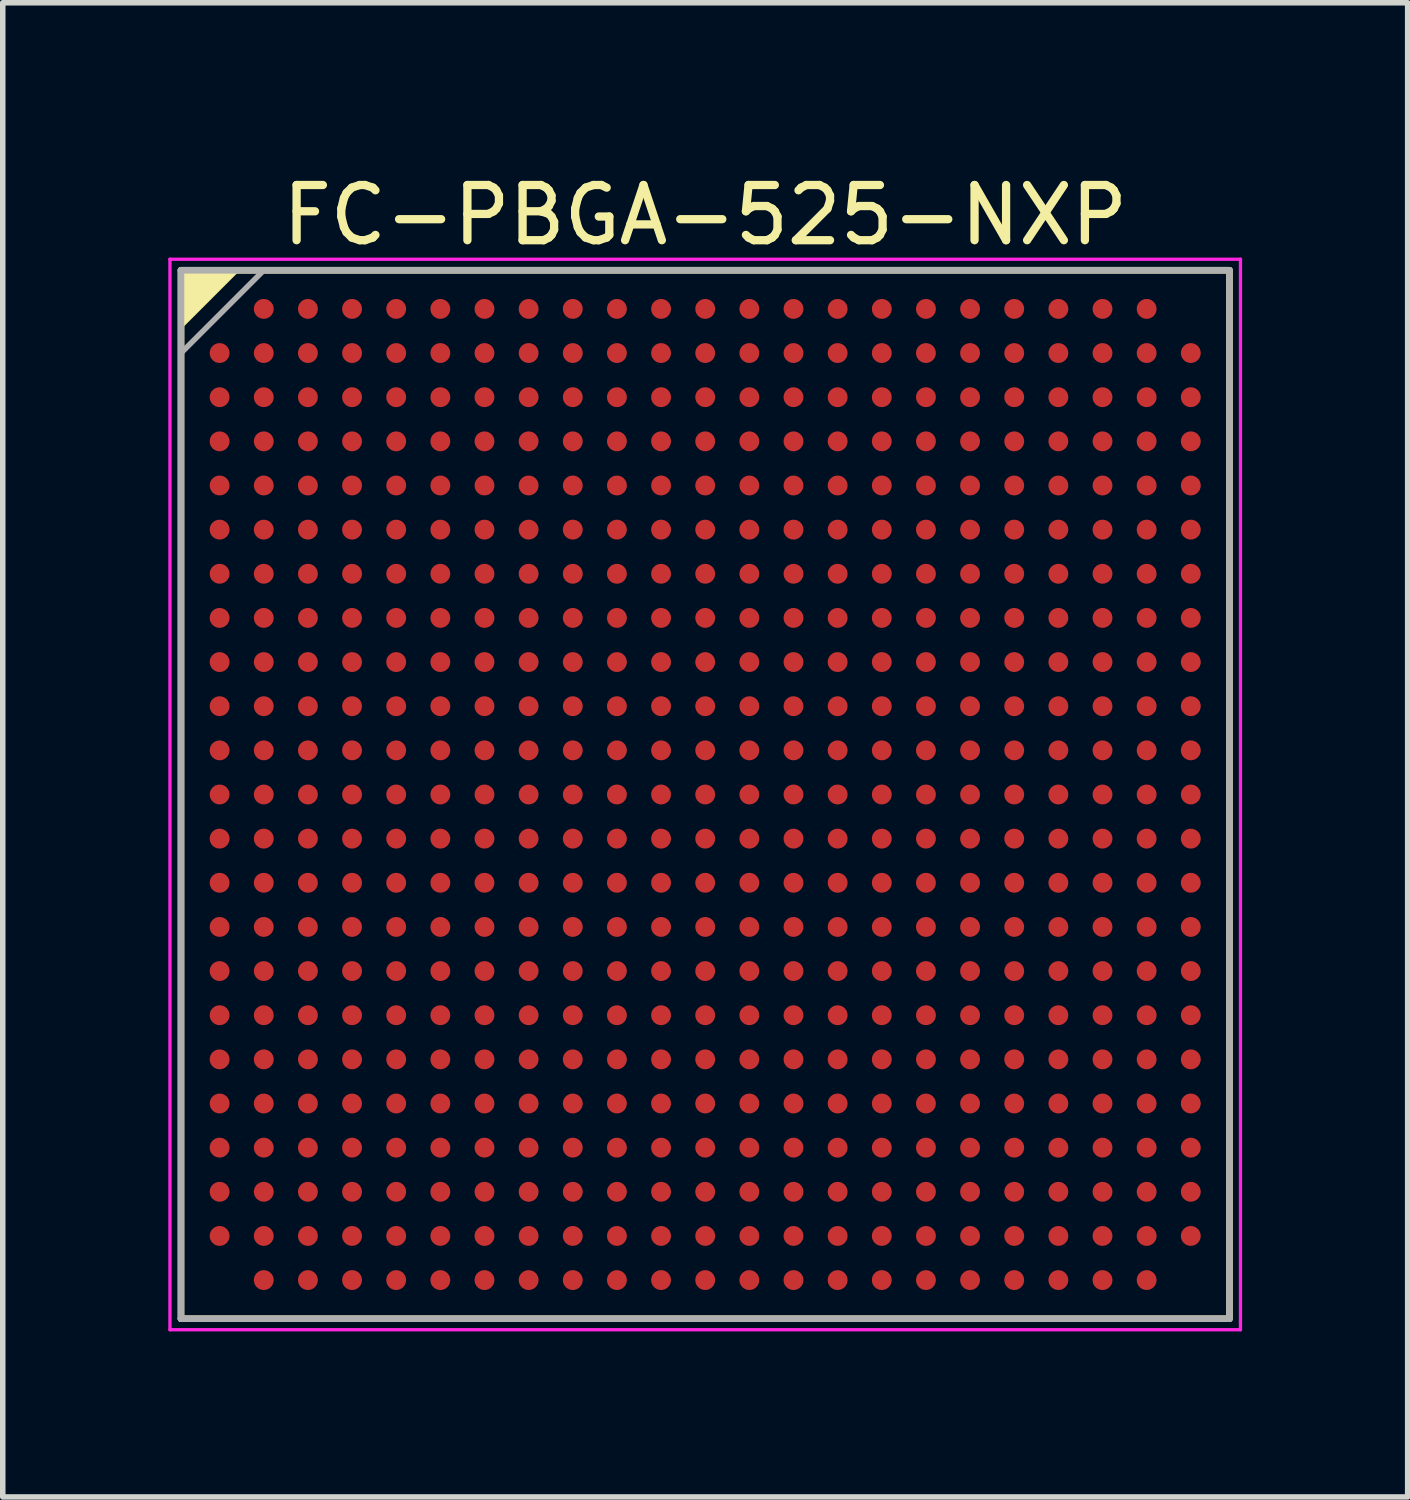
<source format=kicad_pcb>
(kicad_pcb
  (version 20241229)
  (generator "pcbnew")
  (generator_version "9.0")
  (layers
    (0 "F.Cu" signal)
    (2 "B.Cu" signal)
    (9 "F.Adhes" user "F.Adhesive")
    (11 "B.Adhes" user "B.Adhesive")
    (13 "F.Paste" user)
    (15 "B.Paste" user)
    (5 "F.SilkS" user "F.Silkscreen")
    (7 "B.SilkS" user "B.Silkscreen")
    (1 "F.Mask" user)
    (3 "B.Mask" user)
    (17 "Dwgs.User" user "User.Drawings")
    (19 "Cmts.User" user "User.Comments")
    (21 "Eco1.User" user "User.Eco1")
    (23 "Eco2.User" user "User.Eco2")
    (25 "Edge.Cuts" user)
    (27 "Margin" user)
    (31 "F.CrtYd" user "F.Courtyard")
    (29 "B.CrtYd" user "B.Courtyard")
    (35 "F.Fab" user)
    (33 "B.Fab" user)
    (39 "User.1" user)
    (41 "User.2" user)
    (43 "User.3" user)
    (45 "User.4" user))
  (footprint "FC-PBGA-525-NXP"
    (layer "F.Cu")
    (at 9.73 11.348)
    (property "Reference" "FC-PBGA-525-NXP" (at 0 -10.5 0) (layer "F.SilkS") (effects (font (size 1 1) (thickness 0.15))))
    (attr through_hole)
    (fp_line (start -9.5 -9.5) (end 9.5 -9.5) (stroke (width 0.12) (type solid)) (layer "F.SilkS"))
    (fp_line (start -9.5 9.5) (end -9.5 -9.5) (stroke (width 0.12) (type solid)) (layer "F.SilkS"))
    (fp_line (start 9.5 -9.5) (end 9.5 9.5) (stroke (width 0.12) (type solid)) (layer "F.SilkS"))
    (fp_line (start 9.5 9.5) (end -9.5 9.5) (stroke (width 0.12) (type solid)) (layer "F.SilkS"))
    (fp_poly (pts (xy -9.5 -8.5) (xy -9.5 -9.5) (xy -8.5 -9.5)) (stroke (width 0.1) (type solid)) (fill yes) (layer "F.SilkS"))
    (fp_line (start -9.7 -9.7) (end 9.7 -9.7) (stroke (width 0.06) (type solid)) (layer "F.CrtYd"))
    (fp_line (start -9.7 9.7) (end -9.7 -9.7) (stroke (width 0.06) (type solid)) (layer "F.CrtYd"))
    (fp_line (start 9.7 -9.7) (end 9.7 9.7) (stroke (width 0.06) (type solid)) (layer "F.CrtYd"))
    (fp_line (start 9.7 9.7) (end -9.7 9.7) (stroke (width 0.06) (type solid)) (layer "F.CrtYd"))
    (fp_line (start -9.5 -9.5) (end 9.5 -9.5) (stroke (width 0.12) (type solid)) (layer "F.Fab"))
    (fp_line (start -9.5 9.5) (end -9.5 -9.5) (stroke (width 0.12) (type solid)) (layer "F.Fab"))
    (fp_line (start 9.5 -9.5) (end 9.5 9.5) (stroke (width 0.12) (type solid)) (layer "F.Fab"))
    (fp_line (start 9.5 9.5) (end -9.5 9.5) (stroke (width 0.12) (type solid)) (layer "F.Fab"))
    (fp_poly (pts (xy -9.5 -8) (xy -9.5 -9.5) (xy -8 -9.5)) (stroke (width 0.1) (type solid)) (fill no) (layer "F.Fab"))
    (pad "A2" smd circle (at -8 -8.8 180) (size 0.36 0.36) (layers "F.Cu" "F.Mask" "F.Paste"))
    (pad "A3" smd circle (at -7.2 -8.8 180) (size 0.36 0.36) (layers "F.Cu" "F.Mask" "F.Paste"))
    (pad "A4" smd circle (at -6.4 -8.8 180) (size 0.36 0.36) (layers "F.Cu" "F.Mask" "F.Paste"))
    (pad "A5" smd circle (at -5.6 -8.8 180) (size 0.36 0.36) (layers "F.Cu" "F.Mask" "F.Paste"))
    (pad "A6" smd circle (at -4.8 -8.8 180) (size 0.36 0.36) (layers "F.Cu" "F.Mask" "F.Paste"))
    (pad "A7" smd circle (at -4 -8.8 180) (size 0.36 0.36) (layers "F.Cu" "F.Mask" "F.Paste"))
    (pad "A8" smd circle (at -3.2 -8.8 180) (size 0.36 0.36) (layers "F.Cu" "F.Mask" "F.Paste"))
    (pad "A9" smd circle (at -2.4 -8.8 180) (size 0.36 0.36) (layers "F.Cu" "F.Mask" "F.Paste"))
    (pad "A10" smd circle (at -1.6 -8.8 180) (size 0.36 0.36) (layers "F.Cu" "F.Mask" "F.Paste"))
    (pad "A11" smd circle (at -0.8 -8.8 180) (size 0.36 0.36) (layers "F.Cu" "F.Mask" "F.Paste"))
    (pad "A12" smd circle (at 0 -8.8 180) (size 0.36 0.36) (layers "F.Cu" "F.Mask" "F.Paste"))
    (pad "A13" smd circle (at 0.8 -8.8 180) (size 0.36 0.36) (layers "F.Cu" "F.Mask" "F.Paste"))
    (pad "A14" smd circle (at 1.6 -8.8 180) (size 0.36 0.36) (layers "F.Cu" "F.Mask" "F.Paste"))
    (pad "A15" smd circle (at 2.4 -8.8 180) (size 0.36 0.36) (layers "F.Cu" "F.Mask" "F.Paste"))
    (pad "A16" smd circle (at 3.2 -8.8 180) (size 0.36 0.36) (layers "F.Cu" "F.Mask" "F.Paste"))
    (pad "A17" smd circle (at 4 -8.8 180) (size 0.36 0.36) (layers "F.Cu" "F.Mask" "F.Paste"))
    (pad "A18" smd circle (at 4.8 -8.8 180) (size 0.36 0.36) (layers "F.Cu" "F.Mask" "F.Paste"))
    (pad "A19" smd circle (at 5.6 -8.8 180) (size 0.36 0.36) (layers "F.Cu" "F.Mask" "F.Paste"))
    (pad "A20" smd circle (at 6.4 -8.8 180) (size 0.36 0.36) (layers "F.Cu" "F.Mask" "F.Paste"))
    (pad "A21" smd circle (at 7.2 -8.8 180) (size 0.36 0.36) (layers "F.Cu" "F.Mask" "F.Paste"))
    (pad "A22" smd circle (at 8 -8.8 180) (size 0.36 0.36) (layers "F.Cu" "F.Mask" "F.Paste"))
    (pad "AA1" smd circle (at -8.8 7.2) (size 0.36 0.36) (layers "F.Cu" "F.Mask" "F.Paste"))
    (pad "AA2" smd circle (at -8 7.2) (size 0.36 0.36) (layers "F.Cu" "F.Mask" "F.Paste"))
    (pad "AA3" smd circle (at -7.2 7.2) (size 0.36 0.36) (layers "F.Cu" "F.Mask" "F.Paste"))
    (pad "AA4" smd circle (at -6.4 7.2) (size 0.36 0.36) (layers "F.Cu" "F.Mask" "F.Paste"))
    (pad "AA5" smd circle (at -5.6 7.2) (size 0.36 0.36) (layers "F.Cu" "F.Mask" "F.Paste"))
    (pad "AA6" smd circle (at -4.8 7.2) (size 0.36 0.36) (layers "F.Cu" "F.Mask" "F.Paste"))
    (pad "AA7" smd circle (at -4 7.2) (size 0.36 0.36) (layers "F.Cu" "F.Mask" "F.Paste"))
    (pad "AA8" smd circle (at -3.2 7.2) (size 0.36 0.36) (layers "F.Cu" "F.Mask" "F.Paste"))
    (pad "AA9" smd circle (at -2.4 7.2) (size 0.36 0.36) (layers "F.Cu" "F.Mask" "F.Paste"))
    (pad "AA10" smd circle (at -1.6 7.2) (size 0.36 0.36) (layers "F.Cu" "F.Mask" "F.Paste"))
    (pad "AA11" smd circle (at -0.8 7.2) (size 0.36 0.36) (layers "F.Cu" "F.Mask" "F.Paste"))
    (pad "AA12" smd circle (at 0 7.2) (size 0.36 0.36) (layers "F.Cu" "F.Mask" "F.Paste"))
    (pad "AA13" smd circle (at 0.8 7.2) (size 0.36 0.36) (layers "F.Cu" "F.Mask" "F.Paste"))
    (pad "AA14" smd circle (at 1.6 7.2) (size 0.36 0.36) (layers "F.Cu" "F.Mask" "F.Paste"))
    (pad "AA15" smd circle (at 2.4 7.2) (size 0.36 0.36) (layers "F.Cu" "F.Mask" "F.Paste"))
    (pad "AA16" smd circle (at 3.2 7.2) (size 0.36 0.36) (layers "F.Cu" "F.Mask" "F.Paste"))
    (pad "AA17" smd circle (at 4 7.2) (size 0.36 0.36) (layers "F.Cu" "F.Mask" "F.Paste"))
    (pad "AA18" smd circle (at 4.8 7.2) (size 0.36 0.36) (layers "F.Cu" "F.Mask" "F.Paste"))
    (pad "AA19" smd circle (at 5.6 7.2) (size 0.36 0.36) (layers "F.Cu" "F.Mask" "F.Paste"))
    (pad "AA20" smd circle (at 6.4 7.2) (size 0.36 0.36) (layers "F.Cu" "F.Mask" "F.Paste"))
    (pad "AA21" smd circle (at 7.2 7.2) (size 0.36 0.36) (layers "F.Cu" "F.Mask" "F.Paste"))
    (pad "AA22" smd circle (at 8 7.2) (size 0.36 0.36) (layers "F.Cu" "F.Mask" "F.Paste"))
    (pad "AA23" smd circle (at 8.8 7.2) (size 0.36 0.36) (layers "F.Cu" "F.Mask" "F.Paste"))
    (pad "AB1" smd circle (at -8.8 8) (size 0.36 0.36) (layers "F.Cu" "F.Mask" "F.Paste"))
    (pad "AB2" smd circle (at -8 8) (size 0.36 0.36) (layers "F.Cu" "F.Mask" "F.Paste"))
    (pad "AB3" smd circle (at -7.2 8) (size 0.36 0.36) (layers "F.Cu" "F.Mask" "F.Paste"))
    (pad "AB4" smd circle (at -6.4 8) (size 0.36 0.36) (layers "F.Cu" "F.Mask" "F.Paste"))
    (pad "AB5" smd circle (at -5.6 8) (size 0.36 0.36) (layers "F.Cu" "F.Mask" "F.Paste"))
    (pad "AB6" smd circle (at -4.8 8) (size 0.36 0.36) (layers "F.Cu" "F.Mask" "F.Paste"))
    (pad "AB7" smd circle (at -4 8) (size 0.36 0.36) (layers "F.Cu" "F.Mask" "F.Paste"))
    (pad "AB8" smd circle (at -3.2 8) (size 0.36 0.36) (layers "F.Cu" "F.Mask" "F.Paste"))
    (pad "AB9" smd circle (at -2.4 8) (size 0.36 0.36) (layers "F.Cu" "F.Mask" "F.Paste"))
    (pad "AB10" smd circle (at -1.6 8) (size 0.36 0.36) (layers "F.Cu" "F.Mask" "F.Paste"))
    (pad "AB11" smd circle (at -0.8 8) (size 0.36 0.36) (layers "F.Cu" "F.Mask" "F.Paste"))
    (pad "AB12" smd circle (at 0 8) (size 0.36 0.36) (layers "F.Cu" "F.Mask" "F.Paste"))
    (pad "AB13" smd circle (at 0.8 8) (size 0.36 0.36) (layers "F.Cu" "F.Mask" "F.Paste"))
    (pad "AB14" smd circle (at 1.6 8) (size 0.36 0.36) (layers "F.Cu" "F.Mask" "F.Paste"))
    (pad "AB15" smd circle (at 2.4 8) (size 0.36 0.36) (layers "F.Cu" "F.Mask" "F.Paste"))
    (pad "AB16" smd circle (at 3.2 8) (size 0.36 0.36) (layers "F.Cu" "F.Mask" "F.Paste"))
    (pad "AB17" smd circle (at 4 8) (size 0.36 0.36) (layers "F.Cu" "F.Mask" "F.Paste"))
    (pad "AB18" smd circle (at 4.8 8) (size 0.36 0.36) (layers "F.Cu" "F.Mask" "F.Paste"))
    (pad "AB19" smd circle (at 5.6 8) (size 0.36 0.36) (layers "F.Cu" "F.Mask" "F.Paste"))
    (pad "AB20" smd circle (at 6.4 8) (size 0.36 0.36) (layers "F.Cu" "F.Mask" "F.Paste"))
    (pad "AB21" smd circle (at 7.2 8) (size 0.36 0.36) (layers "F.Cu" "F.Mask" "F.Paste"))
    (pad "AB22" smd circle (at 8 8) (size 0.36 0.36) (layers "F.Cu" "F.Mask" "F.Paste"))
    (pad "AB23" smd circle (at 8.8 8) (size 0.36 0.36) (layers "F.Cu" "F.Mask" "F.Paste"))
    (pad "AC1" smd circle (at -8 8.8) (size 0.36 0.36) (layers "F.Cu" "F.Mask" "F.Paste"))
    (pad "AC2" smd circle (at -7.2 8.8) (size 0.36 0.36) (layers "F.Cu" "F.Mask" "F.Paste"))
    (pad "AC3" smd circle (at -6.4 8.8) (size 0.36 0.36) (layers "F.Cu" "F.Mask" "F.Paste"))
    (pad "AC4" smd circle (at -5.6 8.8) (size 0.36 0.36) (layers "F.Cu" "F.Mask" "F.Paste"))
    (pad "AC5" smd circle (at -4.8 8.8) (size 0.36 0.36) (layers "F.Cu" "F.Mask" "F.Paste"))
    (pad "AC6" smd circle (at -4 8.8) (size 0.36 0.36) (layers "F.Cu" "F.Mask" "F.Paste"))
    (pad "AC7" smd circle (at -3.2 8.8) (size 0.36 0.36) (layers "F.Cu" "F.Mask" "F.Paste"))
    (pad "AC8" smd circle (at -2.4 8.8) (size 0.36 0.36) (layers "F.Cu" "F.Mask" "F.Paste"))
    (pad "AC9" smd circle (at -1.6 8.8) (size 0.36 0.36) (layers "F.Cu" "F.Mask" "F.Paste"))
    (pad "AC10" smd circle (at -0.8 8.8) (size 0.36 0.36) (layers "F.Cu" "F.Mask" "F.Paste"))
    (pad "AC11" smd circle (at 0 8.8) (size 0.36 0.36) (layers "F.Cu" "F.Mask" "F.Paste"))
    (pad "AC12" smd circle (at 0.8 8.8) (size 0.36 0.36) (layers "F.Cu" "F.Mask" "F.Paste"))
    (pad "AC13" smd circle (at 1.6 8.8) (size 0.36 0.36) (layers "F.Cu" "F.Mask" "F.Paste"))
    (pad "AC14" smd circle (at 2.4 8.8) (size 0.36 0.36) (layers "F.Cu" "F.Mask" "F.Paste"))
    (pad "AC15" smd circle (at 3.2 8.8) (size 0.36 0.36) (layers "F.Cu" "F.Mask" "F.Paste"))
    (pad "AC16" smd circle (at 4 8.8) (size 0.36 0.36) (layers "F.Cu" "F.Mask" "F.Paste"))
    (pad "AC17" smd circle (at 4.8 8.8) (size 0.36 0.36) (layers "F.Cu" "F.Mask" "F.Paste"))
    (pad "AC18" smd circle (at 5.6 8.8) (size 0.36 0.36) (layers "F.Cu" "F.Mask" "F.Paste"))
    (pad "AC19" smd circle (at 6.4 8.8) (size 0.36 0.36) (layers "F.Cu" "F.Mask" "F.Paste"))
    (pad "AC20" smd circle (at 7.2 8.8) (size 0.36 0.36) (layers "F.Cu" "F.Mask" "F.Paste"))
    (pad "AC21" smd circle (at 8 8.8) (size 0.36 0.36) (layers "F.Cu" "F.Mask" "F.Paste"))
    (pad "B1" smd circle (at -8.8 -8 180) (size 0.36 0.36) (layers "F.Cu" "F.Mask" "F.Paste"))
    (pad "B2" smd circle (at -8 -8 180) (size 0.36 0.36) (layers "F.Cu" "F.Mask" "F.Paste"))
    (pad "B3" smd circle (at -7.2 -8 180) (size 0.36 0.36) (layers "F.Cu" "F.Mask" "F.Paste"))
    (pad "B4" smd circle (at -6.4 -8 180) (size 0.36 0.36) (layers "F.Cu" "F.Mask" "F.Paste"))
    (pad "B5" smd circle (at -5.6 -8 180) (size 0.36 0.36) (layers "F.Cu" "F.Mask" "F.Paste"))
    (pad "B6" smd circle (at -4.8 -8 180) (size 0.36 0.36) (layers "F.Cu" "F.Mask" "F.Paste"))
    (pad "B7" smd circle (at -4 -8 180) (size 0.36 0.36) (layers "F.Cu" "F.Mask" "F.Paste"))
    (pad "B8" smd circle (at -3.2 -8 180) (size 0.36 0.36) (layers "F.Cu" "F.Mask" "F.Paste"))
    (pad "B9" smd circle (at -2.4 -8 180) (size 0.36 0.36) (layers "F.Cu" "F.Mask" "F.Paste"))
    (pad "B10" smd circle (at -1.6 -8 180) (size 0.36 0.36) (layers "F.Cu" "F.Mask" "F.Paste"))
    (pad "B11" smd circle (at -0.8 -8 180) (size 0.36 0.36) (layers "F.Cu" "F.Mask" "F.Paste"))
    (pad "B12" smd circle (at 0 -8 180) (size 0.36 0.36) (layers "F.Cu" "F.Mask" "F.Paste"))
    (pad "B13" smd circle (at 0.8 -8 180) (size 0.36 0.36) (layers "F.Cu" "F.Mask" "F.Paste"))
    (pad "B14" smd circle (at 1.6 -8 180) (size 0.36 0.36) (layers "F.Cu" "F.Mask" "F.Paste"))
    (pad "B15" smd circle (at 2.4 -8 180) (size 0.36 0.36) (layers "F.Cu" "F.Mask" "F.Paste"))
    (pad "B16" smd circle (at 3.2 -8 180) (size 0.36 0.36) (layers "F.Cu" "F.Mask" "F.Paste"))
    (pad "B17" smd circle (at 4 -8 180) (size 0.36 0.36) (layers "F.Cu" "F.Mask" "F.Paste"))
    (pad "B18" smd circle (at 4.8 -8 180) (size 0.36 0.36) (layers "F.Cu" "F.Mask" "F.Paste"))
    (pad "B19" smd circle (at 5.6 -8 180) (size 0.36 0.36) (layers "F.Cu" "F.Mask" "F.Paste"))
    (pad "B20" smd circle (at 6.4 -8 180) (size 0.36 0.36) (layers "F.Cu" "F.Mask" "F.Paste"))
    (pad "B21" smd circle (at 7.2 -8 180) (size 0.36 0.36) (layers "F.Cu" "F.Mask" "F.Paste"))
    (pad "B22" smd circle (at 8 -8 180) (size 0.36 0.36) (layers "F.Cu" "F.Mask" "F.Paste"))
    (pad "B23" smd circle (at 8.8 -8 180) (size 0.36 0.36) (layers "F.Cu" "F.Mask" "F.Paste"))
    (pad "C1" smd circle (at -8.8 -7.2 180) (size 0.36 0.36) (layers "F.Cu" "F.Mask" "F.Paste"))
    (pad "C2" smd circle (at -8 -7.2 180) (size 0.36 0.36) (layers "F.Cu" "F.Mask" "F.Paste"))
    (pad "C3" smd circle (at -7.2 -7.2 180) (size 0.36 0.36) (layers "F.Cu" "F.Mask" "F.Paste"))
    (pad "C4" smd circle (at -6.4 -7.2 180) (size 0.36 0.36) (layers "F.Cu" "F.Mask" "F.Paste"))
    (pad "C5" smd circle (at -5.6 -7.2 180) (size 0.36 0.36) (layers "F.Cu" "F.Mask" "F.Paste"))
    (pad "C6" smd circle (at -4.8 -7.2 180) (size 0.36 0.36) (layers "F.Cu" "F.Mask" "F.Paste"))
    (pad "C7" smd circle (at -4 -7.2 180) (size 0.36 0.36) (layers "F.Cu" "F.Mask" "F.Paste"))
    (pad "C8" smd circle (at -3.2 -7.2 180) (size 0.36 0.36) (layers "F.Cu" "F.Mask" "F.Paste"))
    (pad "C9" smd circle (at -2.4 -7.2 180) (size 0.36 0.36) (layers "F.Cu" "F.Mask" "F.Paste"))
    (pad "C10" smd circle (at -1.6 -7.2 180) (size 0.36 0.36) (layers "F.Cu" "F.Mask" "F.Paste"))
    (pad "C11" smd circle (at -0.8 -7.2 180) (size 0.36 0.36) (layers "F.Cu" "F.Mask" "F.Paste"))
    (pad "C12" smd circle (at 0 -7.2 180) (size 0.36 0.36) (layers "F.Cu" "F.Mask" "F.Paste"))
    (pad "C13" smd circle (at 0.8 -7.2 180) (size 0.36 0.36) (layers "F.Cu" "F.Mask" "F.Paste"))
    (pad "C14" smd circle (at 1.6 -7.2 180) (size 0.36 0.36) (layers "F.Cu" "F.Mask" "F.Paste"))
    (pad "C15" smd circle (at 2.4 -7.2 180) (size 0.36 0.36) (layers "F.Cu" "F.Mask" "F.Paste"))
    (pad "C16" smd circle (at 3.2 -7.2 180) (size 0.36 0.36) (layers "F.Cu" "F.Mask" "F.Paste"))
    (pad "C17" smd circle (at 4 -7.2 180) (size 0.36 0.36) (layers "F.Cu" "F.Mask" "F.Paste"))
    (pad "C18" smd circle (at 4.8 -7.2 180) (size 0.36 0.36) (layers "F.Cu" "F.Mask" "F.Paste"))
    (pad "C19" smd circle (at 5.6 -7.2 180) (size 0.36 0.36) (layers "F.Cu" "F.Mask" "F.Paste"))
    (pad "C20" smd circle (at 6.4 -7.2 180) (size 0.36 0.36) (layers "F.Cu" "F.Mask" "F.Paste"))
    (pad "C21" smd circle (at 7.2 -7.2 180) (size 0.36 0.36) (layers "F.Cu" "F.Mask" "F.Paste"))
    (pad "C22" smd circle (at 8 -7.2 180) (size 0.36 0.36) (layers "F.Cu" "F.Mask" "F.Paste"))
    (pad "C23" smd circle (at 8.8 -7.2 180) (size 0.36 0.36) (layers "F.Cu" "F.Mask" "F.Paste"))
    (pad "D1" smd circle (at -8.8 -6.4 180) (size 0.36 0.36) (layers "F.Cu" "F.Mask" "F.Paste"))
    (pad "D2" smd circle (at -8 -6.4 180) (size 0.36 0.36) (layers "F.Cu" "F.Mask" "F.Paste"))
    (pad "D3" smd circle (at -7.2 -6.4 180) (size 0.36 0.36) (layers "F.Cu" "F.Mask" "F.Paste"))
    (pad "D4" smd circle (at -6.4 -6.4 180) (size 0.36 0.36) (layers "F.Cu" "F.Mask" "F.Paste"))
    (pad "D5" smd circle (at -5.6 -6.4 180) (size 0.36 0.36) (layers "F.Cu" "F.Mask" "F.Paste"))
    (pad "D6" smd circle (at -4.8 -6.4 180) (size 0.36 0.36) (layers "F.Cu" "F.Mask" "F.Paste"))
    (pad "D7" smd circle (at -4 -6.4 180) (size 0.36 0.36) (layers "F.Cu" "F.Mask" "F.Paste"))
    (pad "D8" smd circle (at -3.2 -6.4 180) (size 0.36 0.36) (layers "F.Cu" "F.Mask" "F.Paste"))
    (pad "D9" smd circle (at -2.4 -6.4 180) (size 0.36 0.36) (layers "F.Cu" "F.Mask" "F.Paste"))
    (pad "D10" smd circle (at -1.6 -6.4 180) (size 0.36 0.36) (layers "F.Cu" "F.Mask" "F.Paste"))
    (pad "D11" smd circle (at -0.8 -6.4 180) (size 0.36 0.36) (layers "F.Cu" "F.Mask" "F.Paste"))
    (pad "D12" smd circle (at 0 -6.4 180) (size 0.36 0.36) (layers "F.Cu" "F.Mask" "F.Paste"))
    (pad "D13" smd circle (at 0.8 -6.4 180) (size 0.36 0.36) (layers "F.Cu" "F.Mask" "F.Paste"))
    (pad "D14" smd circle (at 1.6 -6.4 180) (size 0.36 0.36) (layers "F.Cu" "F.Mask" "F.Paste"))
    (pad "D15" smd circle (at 2.4 -6.4 180) (size 0.36 0.36) (layers "F.Cu" "F.Mask" "F.Paste"))
    (pad "D16" smd circle (at 3.2 -6.4 180) (size 0.36 0.36) (layers "F.Cu" "F.Mask" "F.Paste"))
    (pad "D17" smd circle (at 4 -6.4 180) (size 0.36 0.36) (layers "F.Cu" "F.Mask" "F.Paste"))
    (pad "D18" smd circle (at 4.8 -6.4 180) (size 0.36 0.36) (layers "F.Cu" "F.Mask" "F.Paste"))
    (pad "D19" smd circle (at 5.6 -6.4 180) (size 0.36 0.36) (layers "F.Cu" "F.Mask" "F.Paste"))
    (pad "D20" smd circle (at 6.4 -6.4 180) (size 0.36 0.36) (layers "F.Cu" "F.Mask" "F.Paste"))
    (pad "D21" smd circle (at 7.2 -6.4 180) (size 0.36 0.36) (layers "F.Cu" "F.Mask" "F.Paste"))
    (pad "D22" smd circle (at 8 -6.4 180) (size 0.36 0.36) (layers "F.Cu" "F.Mask" "F.Paste"))
    (pad "D23" smd circle (at 8.8 -6.4 180) (size 0.36 0.36) (layers "F.Cu" "F.Mask" "F.Paste"))
    (pad "E1" smd circle (at -8.8 -5.6 180) (size 0.36 0.36) (layers "F.Cu" "F.Mask" "F.Paste"))
    (pad "E2" smd circle (at -8 -5.6 180) (size 0.36 0.36) (layers "F.Cu" "F.Mask" "F.Paste"))
    (pad "E3" smd circle (at -7.2 -5.6 180) (size 0.36 0.36) (layers "F.Cu" "F.Mask" "F.Paste"))
    (pad "E4" smd circle (at -6.4 -5.6 180) (size 0.36 0.36) (layers "F.Cu" "F.Mask" "F.Paste"))
    (pad "E5" smd circle (at -5.6 -5.6 180) (size 0.36 0.36) (layers "F.Cu" "F.Mask" "F.Paste"))
    (pad "E6" smd circle (at -4.8 -5.6 180) (size 0.36 0.36) (layers "F.Cu" "F.Mask" "F.Paste"))
    (pad "E7" smd circle (at -4 -5.6 180) (size 0.36 0.36) (layers "F.Cu" "F.Mask" "F.Paste"))
    (pad "E8" smd circle (at -3.2 -5.6 180) (size 0.36 0.36) (layers "F.Cu" "F.Mask" "F.Paste"))
    (pad "E9" smd circle (at -2.4 -5.6 180) (size 0.36 0.36) (layers "F.Cu" "F.Mask" "F.Paste"))
    (pad "E10" smd circle (at -1.6 -5.6 180) (size 0.36 0.36) (layers "F.Cu" "F.Mask" "F.Paste"))
    (pad "E11" smd circle (at -0.8 -5.6 180) (size 0.36 0.36) (layers "F.Cu" "F.Mask" "F.Paste"))
    (pad "E12" smd circle (at 0 -5.6 180) (size 0.36 0.36) (layers "F.Cu" "F.Mask" "F.Paste"))
    (pad "E13" smd circle (at 0.8 -5.6 180) (size 0.36 0.36) (layers "F.Cu" "F.Mask" "F.Paste"))
    (pad "E14" smd circle (at 1.6 -5.6 180) (size 0.36 0.36) (layers "F.Cu" "F.Mask" "F.Paste"))
    (pad "E15" smd circle (at 2.4 -5.6 180) (size 0.36 0.36) (layers "F.Cu" "F.Mask" "F.Paste"))
    (pad "E16" smd circle (at 3.2 -5.6 180) (size 0.36 0.36) (layers "F.Cu" "F.Mask" "F.Paste"))
    (pad "E17" smd circle (at 4 -5.6 180) (size 0.36 0.36) (layers "F.Cu" "F.Mask" "F.Paste"))
    (pad "E18" smd circle (at 4.8 -5.6 180) (size 0.36 0.36) (layers "F.Cu" "F.Mask" "F.Paste"))
    (pad "E19" smd circle (at 5.6 -5.6 180) (size 0.36 0.36) (layers "F.Cu" "F.Mask" "F.Paste"))
    (pad "E20" smd circle (at 6.4 -5.6 180) (size 0.36 0.36) (layers "F.Cu" "F.Mask" "F.Paste"))
    (pad "E21" smd circle (at 7.2 -5.6 180) (size 0.36 0.36) (layers "F.Cu" "F.Mask" "F.Paste"))
    (pad "E22" smd circle (at 8 -5.6 180) (size 0.36 0.36) (layers "F.Cu" "F.Mask" "F.Paste"))
    (pad "E23" smd circle (at 8.8 -5.6 180) (size 0.36 0.36) (layers "F.Cu" "F.Mask" "F.Paste"))
    (pad "F1" smd circle (at -8.8 -4.8 180) (size 0.36 0.36) (layers "F.Cu" "F.Mask" "F.Paste"))
    (pad "F2" smd circle (at -8 -4.8 180) (size 0.36 0.36) (layers "F.Cu" "F.Mask" "F.Paste"))
    (pad "F3" smd circle (at -7.2 -4.8 180) (size 0.36 0.36) (layers "F.Cu" "F.Mask" "F.Paste"))
    (pad "F4" smd circle (at -6.4 -4.8 180) (size 0.36 0.36) (layers "F.Cu" "F.Mask" "F.Paste"))
    (pad "F5" smd circle (at -5.6 -4.8 180) (size 0.36 0.36) (layers "F.Cu" "F.Mask" "F.Paste"))
    (pad "F6" smd circle (at -4.8 -4.8 180) (size 0.36 0.36) (layers "F.Cu" "F.Mask" "F.Paste"))
    (pad "F7" smd circle (at -4 -4.8 180) (size 0.36 0.36) (layers "F.Cu" "F.Mask" "F.Paste"))
    (pad "F8" smd circle (at -3.2 -4.8 180) (size 0.36 0.36) (layers "F.Cu" "F.Mask" "F.Paste"))
    (pad "F9" smd circle (at -2.4 -4.8 180) (size 0.36 0.36) (layers "F.Cu" "F.Mask" "F.Paste"))
    (pad "F10" smd circle (at -1.6 -4.8 180) (size 0.36 0.36) (layers "F.Cu" "F.Mask" "F.Paste"))
    (pad "F11" smd circle (at -0.8 -4.8 180) (size 0.36 0.36) (layers "F.Cu" "F.Mask" "F.Paste"))
    (pad "F12" smd circle (at 0 -4.8 180) (size 0.36 0.36) (layers "F.Cu" "F.Mask" "F.Paste"))
    (pad "F13" smd circle (at 0.8 -4.8 180) (size 0.36 0.36) (layers "F.Cu" "F.Mask" "F.Paste"))
    (pad "F14" smd circle (at 1.6 -4.8 180) (size 0.36 0.36) (layers "F.Cu" "F.Mask" "F.Paste"))
    (pad "F15" smd circle (at 2.4 -4.8 180) (size 0.36 0.36) (layers "F.Cu" "F.Mask" "F.Paste"))
    (pad "F16" smd circle (at 3.2 -4.8 180) (size 0.36 0.36) (layers "F.Cu" "F.Mask" "F.Paste"))
    (pad "F17" smd circle (at 4 -4.8 180) (size 0.36 0.36) (layers "F.Cu" "F.Mask" "F.Paste"))
    (pad "F18" smd circle (at 4.8 -4.8 180) (size 0.36 0.36) (layers "F.Cu" "F.Mask" "F.Paste"))
    (pad "F19" smd circle (at 5.6 -4.8 180) (size 0.36 0.36) (layers "F.Cu" "F.Mask" "F.Paste"))
    (pad "F20" smd circle (at 6.4 -4.8 180) (size 0.36 0.36) (layers "F.Cu" "F.Mask" "F.Paste"))
    (pad "F21" smd circle (at 7.2 -4.8 180) (size 0.36 0.36) (layers "F.Cu" "F.Mask" "F.Paste"))
    (pad "F22" smd circle (at 8 -4.8 180) (size 0.36 0.36) (layers "F.Cu" "F.Mask" "F.Paste"))
    (pad "F23" smd circle (at 8.8 -4.8 180) (size 0.36 0.36) (layers "F.Cu" "F.Mask" "F.Paste"))
    (pad "G1" smd circle (at -8.8 -4 180) (size 0.36 0.36) (layers "F.Cu" "F.Mask" "F.Paste"))
    (pad "G2" smd circle (at -8 -4 180) (size 0.36 0.36) (layers "F.Cu" "F.Mask" "F.Paste"))
    (pad "G3" smd circle (at -7.2 -4 180) (size 0.36 0.36) (layers "F.Cu" "F.Mask" "F.Paste"))
    (pad "G4" smd circle (at -6.4 -4 180) (size 0.36 0.36) (layers "F.Cu" "F.Mask" "F.Paste"))
    (pad "G5" smd circle (at -5.6 -4 180) (size 0.36 0.36) (layers "F.Cu" "F.Mask" "F.Paste"))
    (pad "G6" smd circle (at -4.8 -4 180) (size 0.36 0.36) (layers "F.Cu" "F.Mask" "F.Paste"))
    (pad "G7" smd circle (at -4 -4 180) (size 0.36 0.36) (layers "F.Cu" "F.Mask" "F.Paste"))
    (pad "G8" smd circle (at -3.2 -4 180) (size 0.36 0.36) (layers "F.Cu" "F.Mask" "F.Paste"))
    (pad "G9" smd circle (at -2.4 -4 180) (size 0.36 0.36) (layers "F.Cu" "F.Mask" "F.Paste"))
    (pad "G10" smd circle (at -1.6 -4 180) (size 0.36 0.36) (layers "F.Cu" "F.Mask" "F.Paste"))
    (pad "G11" smd circle (at -0.8 -4 180) (size 0.36 0.36) (layers "F.Cu" "F.Mask" "F.Paste"))
    (pad "G12" smd circle (at 0 -4 180) (size 0.36 0.36) (layers "F.Cu" "F.Mask" "F.Paste"))
    (pad "G13" smd circle (at 0.8 -4 180) (size 0.36 0.36) (layers "F.Cu" "F.Mask" "F.Paste"))
    (pad "G14" smd circle (at 1.6 -4 180) (size 0.36 0.36) (layers "F.Cu" "F.Mask" "F.Paste"))
    (pad "G15" smd circle (at 2.4 -4 180) (size 0.36 0.36) (layers "F.Cu" "F.Mask" "F.Paste"))
    (pad "G16" smd circle (at 3.2 -4 180) (size 0.36 0.36) (layers "F.Cu" "F.Mask" "F.Paste"))
    (pad "G17" smd circle (at 4 -4 180) (size 0.36 0.36) (layers "F.Cu" "F.Mask" "F.Paste"))
    (pad "G18" smd circle (at 4.8 -4 180) (size 0.36 0.36) (layers "F.Cu" "F.Mask" "F.Paste"))
    (pad "G19" smd circle (at 5.6 -4 180) (size 0.36 0.36) (layers "F.Cu" "F.Mask" "F.Paste"))
    (pad "G20" smd circle (at 6.4 -4 180) (size 0.36 0.36) (layers "F.Cu" "F.Mask" "F.Paste"))
    (pad "G21" smd circle (at 7.2 -4 180) (size 0.36 0.36) (layers "F.Cu" "F.Mask" "F.Paste"))
    (pad "G22" smd circle (at 8 -4 180) (size 0.36 0.36) (layers "F.Cu" "F.Mask" "F.Paste"))
    (pad "G23" smd circle (at 8.8 -4 180) (size 0.36 0.36) (layers "F.Cu" "F.Mask" "F.Paste"))
    (pad "H1" smd circle (at -8.8 -3.2 180) (size 0.36 0.36) (layers "F.Cu" "F.Mask" "F.Paste"))
    (pad "H2" smd circle (at -8 -3.2 180) (size 0.36 0.36) (layers "F.Cu" "F.Mask" "F.Paste"))
    (pad "H3" smd circle (at -7.2 -3.2 180) (size 0.36 0.36) (layers "F.Cu" "F.Mask" "F.Paste"))
    (pad "H4" smd circle (at -6.4 -3.2 180) (size 0.36 0.36) (layers "F.Cu" "F.Mask" "F.Paste"))
    (pad "H5" smd circle (at -5.6 -3.2 180) (size 0.36 0.36) (layers "F.Cu" "F.Mask" "F.Paste"))
    (pad "H6" smd circle (at -4.8 -3.2 180) (size 0.36 0.36) (layers "F.Cu" "F.Mask" "F.Paste"))
    (pad "H7" smd circle (at -4 -3.2 180) (size 0.36 0.36) (layers "F.Cu" "F.Mask" "F.Paste"))
    (pad "H8" smd circle (at -3.2 -3.2 180) (size 0.36 0.36) (layers "F.Cu" "F.Mask" "F.Paste"))
    (pad "H9" smd circle (at -2.4 -3.2 180) (size 0.36 0.36) (layers "F.Cu" "F.Mask" "F.Paste"))
    (pad "H10" smd circle (at -1.6 -3.2 180) (size 0.36 0.36) (layers "F.Cu" "F.Mask" "F.Paste"))
    (pad "H11" smd circle (at -0.8 -3.2 180) (size 0.36 0.36) (layers "F.Cu" "F.Mask" "F.Paste"))
    (pad "H12" smd circle (at 0 -3.2 180) (size 0.36 0.36) (layers "F.Cu" "F.Mask" "F.Paste"))
    (pad "H13" smd circle (at 0.8 -3.2 180) (size 0.36 0.36) (layers "F.Cu" "F.Mask" "F.Paste"))
    (pad "H14" smd circle (at 1.6 -3.2 180) (size 0.36 0.36) (layers "F.Cu" "F.Mask" "F.Paste"))
    (pad "H15" smd circle (at 2.4 -3.2 180) (size 0.36 0.36) (layers "F.Cu" "F.Mask" "F.Paste"))
    (pad "H16" smd circle (at 3.2 -3.2 180) (size 0.36 0.36) (layers "F.Cu" "F.Mask" "F.Paste"))
    (pad "H17" smd circle (at 4 -3.2 180) (size 0.36 0.36) (layers "F.Cu" "F.Mask" "F.Paste"))
    (pad "H18" smd circle (at 4.8 -3.2 180) (size 0.36 0.36) (layers "F.Cu" "F.Mask" "F.Paste"))
    (pad "H19" smd circle (at 5.6 -3.2 180) (size 0.36 0.36) (layers "F.Cu" "F.Mask" "F.Paste"))
    (pad "H20" smd circle (at 6.4 -3.2 180) (size 0.36 0.36) (layers "F.Cu" "F.Mask" "F.Paste"))
    (pad "H21" smd circle (at 7.2 -3.2 180) (size 0.36 0.36) (layers "F.Cu" "F.Mask" "F.Paste"))
    (pad "H22" smd circle (at 8 -3.2 180) (size 0.36 0.36) (layers "F.Cu" "F.Mask" "F.Paste"))
    (pad "H23" smd circle (at 8.8 -3.2 180) (size 0.36 0.36) (layers "F.Cu" "F.Mask" "F.Paste"))
    (pad "J1" smd circle (at -8.8 -2.4 180) (size 0.36 0.36) (layers "F.Cu" "F.Mask" "F.Paste"))
    (pad "J2" smd circle (at -8 -2.4 180) (size 0.36 0.36) (layers "F.Cu" "F.Mask" "F.Paste"))
    (pad "J3" smd circle (at -7.2 -2.4 180) (size 0.36 0.36) (layers "F.Cu" "F.Mask" "F.Paste"))
    (pad "J4" smd circle (at -6.4 -2.4 180) (size 0.36 0.36) (layers "F.Cu" "F.Mask" "F.Paste"))
    (pad "J5" smd circle (at -5.6 -2.4 180) (size 0.36 0.36) (layers "F.Cu" "F.Mask" "F.Paste"))
    (pad "J6" smd circle (at -4.8 -2.4 180) (size 0.36 0.36) (layers "F.Cu" "F.Mask" "F.Paste"))
    (pad "J7" smd circle (at -4 -2.4 180) (size 0.36 0.36) (layers "F.Cu" "F.Mask" "F.Paste"))
    (pad "J8" smd circle (at -3.2 -2.4 180) (size 0.36 0.36) (layers "F.Cu" "F.Mask" "F.Paste"))
    (pad "J9" smd circle (at -2.4 -2.4 180) (size 0.36 0.36) (layers "F.Cu" "F.Mask" "F.Paste"))
    (pad "J10" smd circle (at -1.6 -2.4 180) (size 0.36 0.36) (layers "F.Cu" "F.Mask" "F.Paste"))
    (pad "J11" smd circle (at -0.8 -2.4 180) (size 0.36 0.36) (layers "F.Cu" "F.Mask" "F.Paste"))
    (pad "J12" smd circle (at 0 -2.4 180) (size 0.36 0.36) (layers "F.Cu" "F.Mask" "F.Paste"))
    (pad "J13" smd circle (at 0.8 -2.4 180) (size 0.36 0.36) (layers "F.Cu" "F.Mask" "F.Paste"))
    (pad "J14" smd circle (at 1.6 -2.4 180) (size 0.36 0.36) (layers "F.Cu" "F.Mask" "F.Paste"))
    (pad "J15" smd circle (at 2.4 -2.4 180) (size 0.36 0.36) (layers "F.Cu" "F.Mask" "F.Paste"))
    (pad "J16" smd circle (at 3.2 -2.4 180) (size 0.36 0.36) (layers "F.Cu" "F.Mask" "F.Paste"))
    (pad "J17" smd circle (at 4 -2.4 180) (size 0.36 0.36) (layers "F.Cu" "F.Mask" "F.Paste"))
    (pad "J18" smd circle (at 4.8 -2.4 180) (size 0.36 0.36) (layers "F.Cu" "F.Mask" "F.Paste"))
    (pad "J19" smd circle (at 5.6 -2.4 180) (size 0.36 0.36) (layers "F.Cu" "F.Mask" "F.Paste"))
    (pad "J20" smd circle (at 6.4 -2.4 180) (size 0.36 0.36) (layers "F.Cu" "F.Mask" "F.Paste"))
    (pad "J21" smd circle (at 7.2 -2.4 180) (size 0.36 0.36) (layers "F.Cu" "F.Mask" "F.Paste"))
    (pad "J22" smd circle (at 8 -2.4 180) (size 0.36 0.36) (layers "F.Cu" "F.Mask" "F.Paste"))
    (pad "J23" smd circle (at 8.8 -2.4 180) (size 0.36 0.36) (layers "F.Cu" "F.Mask" "F.Paste"))
    (pad "K1" smd circle (at -8.8 -1.6 180) (size 0.36 0.36) (layers "F.Cu" "F.Mask" "F.Paste"))
    (pad "K2" smd circle (at -8 -1.6 180) (size 0.36 0.36) (layers "F.Cu" "F.Mask" "F.Paste"))
    (pad "K3" smd circle (at -7.2 -1.6 180) (size 0.36 0.36) (layers "F.Cu" "F.Mask" "F.Paste"))
    (pad "K4" smd circle (at -6.4 -1.6 180) (size 0.36 0.36) (layers "F.Cu" "F.Mask" "F.Paste"))
    (pad "K5" smd circle (at -5.6 -1.6 180) (size 0.36 0.36) (layers "F.Cu" "F.Mask" "F.Paste"))
    (pad "K6" smd circle (at -4.8 -1.6 180) (size 0.36 0.36) (layers "F.Cu" "F.Mask" "F.Paste"))
    (pad "K7" smd circle (at -4 -1.6 180) (size 0.36 0.36) (layers "F.Cu" "F.Mask" "F.Paste"))
    (pad "K8" smd circle (at -3.2 -1.6 180) (size 0.36 0.36) (layers "F.Cu" "F.Mask" "F.Paste"))
    (pad "K9" smd circle (at -2.4 -1.6 180) (size 0.36 0.36) (layers "F.Cu" "F.Mask" "F.Paste"))
    (pad "K10" smd circle (at -1.6 -1.6 180) (size 0.36 0.36) (layers "F.Cu" "F.Mask" "F.Paste"))
    (pad "K11" smd circle (at -0.8 -1.6 180) (size 0.36 0.36) (layers "F.Cu" "F.Mask" "F.Paste"))
    (pad "K12" smd circle (at 0 -1.6 180) (size 0.36 0.36) (layers "F.Cu" "F.Mask" "F.Paste"))
    (pad "K13" smd circle (at 0.8 -1.6 180) (size 0.36 0.36) (layers "F.Cu" "F.Mask" "F.Paste"))
    (pad "K14" smd circle (at 1.6 -1.6 180) (size 0.36 0.36) (layers "F.Cu" "F.Mask" "F.Paste"))
    (pad "K15" smd circle (at 2.4 -1.6 180) (size 0.36 0.36) (layers "F.Cu" "F.Mask" "F.Paste"))
    (pad "K16" smd circle (at 3.2 -1.6 180) (size 0.36 0.36) (layers "F.Cu" "F.Mask" "F.Paste"))
    (pad "K17" smd circle (at 4 -1.6 180) (size 0.36 0.36) (layers "F.Cu" "F.Mask" "F.Paste"))
    (pad "K18" smd circle (at 4.8 -1.6 180) (size 0.36 0.36) (layers "F.Cu" "F.Mask" "F.Paste"))
    (pad "K19" smd circle (at 5.6 -1.6 180) (size 0.36 0.36) (layers "F.Cu" "F.Mask" "F.Paste"))
    (pad "K20" smd circle (at 6.4 -1.6 180) (size 0.36 0.36) (layers "F.Cu" "F.Mask" "F.Paste"))
    (pad "K21" smd circle (at 7.2 -1.6 180) (size 0.36 0.36) (layers "F.Cu" "F.Mask" "F.Paste"))
    (pad "K22" smd circle (at 8 -1.6 180) (size 0.36 0.36) (layers "F.Cu" "F.Mask" "F.Paste"))
    (pad "K23" smd circle (at 8.8 -1.6 180) (size 0.36 0.36) (layers "F.Cu" "F.Mask" "F.Paste"))
    (pad "L1" smd circle (at -8.8 -0.8 180) (size 0.36 0.36) (layers "F.Cu" "F.Mask" "F.Paste"))
    (pad "L2" smd circle (at -8 -0.8 180) (size 0.36 0.36) (layers "F.Cu" "F.Mask" "F.Paste"))
    (pad "L3" smd circle (at -7.2 -0.8 180) (size 0.36 0.36) (layers "F.Cu" "F.Mask" "F.Paste"))
    (pad "L4" smd circle (at -6.4 -0.8 180) (size 0.36 0.36) (layers "F.Cu" "F.Mask" "F.Paste"))
    (pad "L5" smd circle (at -5.6 -0.8 180) (size 0.36 0.36) (layers "F.Cu" "F.Mask" "F.Paste"))
    (pad "L6" smd circle (at -4.8 -0.8 180) (size 0.36 0.36) (layers "F.Cu" "F.Mask" "F.Paste"))
    (pad "L7" smd circle (at -4 -0.8 180) (size 0.36 0.36) (layers "F.Cu" "F.Mask" "F.Paste"))
    (pad "L8" smd circle (at -3.2 -0.8 180) (size 0.36 0.36) (layers "F.Cu" "F.Mask" "F.Paste"))
    (pad "L9" smd circle (at -2.4 -0.8 180) (size 0.36 0.36) (layers "F.Cu" "F.Mask" "F.Paste"))
    (pad "L10" smd circle (at -1.6 -0.8 180) (size 0.36 0.36) (layers "F.Cu" "F.Mask" "F.Paste"))
    (pad "L11" smd circle (at -0.8 -0.8 180) (size 0.36 0.36) (layers "F.Cu" "F.Mask" "F.Paste"))
    (pad "L12" smd circle (at 0 -0.8 180) (size 0.36 0.36) (layers "F.Cu" "F.Mask" "F.Paste"))
    (pad "L13" smd circle (at 0.8 -0.8 180) (size 0.36 0.36) (layers "F.Cu" "F.Mask" "F.Paste"))
    (pad "L14" smd circle (at 1.6 -0.8 180) (size 0.36 0.36) (layers "F.Cu" "F.Mask" "F.Paste"))
    (pad "L15" smd circle (at 2.4 -0.8 180) (size 0.36 0.36) (layers "F.Cu" "F.Mask" "F.Paste"))
    (pad "L16" smd circle (at 3.2 -0.8 180) (size 0.36 0.36) (layers "F.Cu" "F.Mask" "F.Paste"))
    (pad "L17" smd circle (at 4 -0.8 180) (size 0.36 0.36) (layers "F.Cu" "F.Mask" "F.Paste"))
    (pad "L18" smd circle (at 4.8 -0.8 180) (size 0.36 0.36) (layers "F.Cu" "F.Mask" "F.Paste"))
    (pad "L19" smd circle (at 5.6 -0.8 180) (size 0.36 0.36) (layers "F.Cu" "F.Mask" "F.Paste"))
    (pad "L20" smd circle (at 6.4 -0.8 180) (size 0.36 0.36) (layers "F.Cu" "F.Mask" "F.Paste"))
    (pad "L21" smd circle (at 7.2 -0.8 180) (size 0.36 0.36) (layers "F.Cu" "F.Mask" "F.Paste"))
    (pad "L22" smd circle (at 8 -0.8 180) (size 0.36 0.36) (layers "F.Cu" "F.Mask" "F.Paste"))
    (pad "L23" smd circle (at 8.8 -0.8 180) (size 0.36 0.36) (layers "F.Cu" "F.Mask" "F.Paste"))
    (pad "M1" smd circle (at -8.8 0) (size 0.36 0.36) (layers "F.Cu" "F.Mask" "F.Paste"))
    (pad "M2" smd circle (at -8 0) (size 0.36 0.36) (layers "F.Cu" "F.Mask" "F.Paste"))
    (pad "M3" smd circle (at -7.2 0) (size 0.36 0.36) (layers "F.Cu" "F.Mask" "F.Paste"))
    (pad "M4" smd circle (at -6.4 0) (size 0.36 0.36) (layers "F.Cu" "F.Mask" "F.Paste"))
    (pad "M5" smd circle (at -5.6 0) (size 0.36 0.36) (layers "F.Cu" "F.Mask" "F.Paste"))
    (pad "M6" smd circle (at -4.8 0) (size 0.36 0.36) (layers "F.Cu" "F.Mask" "F.Paste"))
    (pad "M7" smd circle (at -4 0) (size 0.36 0.36) (layers "F.Cu" "F.Mask" "F.Paste"))
    (pad "M8" smd circle (at -3.2 0) (size 0.36 0.36) (layers "F.Cu" "F.Mask" "F.Paste"))
    (pad "M9" smd circle (at -2.4 0) (size 0.36 0.36) (layers "F.Cu" "F.Mask" "F.Paste"))
    (pad "M10" smd circle (at -1.6 0) (size 0.36 0.36) (layers "F.Cu" "F.Mask" "F.Paste"))
    (pad "M11" smd circle (at -0.8 0) (size 0.36 0.36) (layers "F.Cu" "F.Mask" "F.Paste"))
    (pad "M12" smd circle (at 0 0) (size 0.36 0.36) (layers "F.Cu" "F.Mask" "F.Paste"))
    (pad "M13" smd circle (at 0.8 0) (size 0.36 0.36) (layers "F.Cu" "F.Mask" "F.Paste"))
    (pad "M14" smd circle (at 1.6 0) (size 0.36 0.36) (layers "F.Cu" "F.Mask" "F.Paste"))
    (pad "M15" smd circle (at 2.4 0) (size 0.36 0.36) (layers "F.Cu" "F.Mask" "F.Paste"))
    (pad "M16" smd circle (at 3.2 0) (size 0.36 0.36) (layers "F.Cu" "F.Mask" "F.Paste"))
    (pad "M17" smd circle (at 4 0) (size 0.36 0.36) (layers "F.Cu" "F.Mask" "F.Paste"))
    (pad "M18" smd circle (at 4.8 0) (size 0.36 0.36) (layers "F.Cu" "F.Mask" "F.Paste"))
    (pad "M19" smd circle (at 5.6 0) (size 0.36 0.36) (layers "F.Cu" "F.Mask" "F.Paste"))
    (pad "M20" smd circle (at 6.4 0) (size 0.36 0.36) (layers "F.Cu" "F.Mask" "F.Paste"))
    (pad "M21" smd circle (at 7.2 0) (size 0.36 0.36) (layers "F.Cu" "F.Mask" "F.Paste"))
    (pad "M22" smd circle (at 8 0) (size 0.36 0.36) (layers "F.Cu" "F.Mask" "F.Paste"))
    (pad "M23" smd circle (at 8.8 0) (size 0.36 0.36) (layers "F.Cu" "F.Mask" "F.Paste"))
    (pad "N1" smd circle (at -8.8 0.8) (size 0.36 0.36) (layers "F.Cu" "F.Mask" "F.Paste"))
    (pad "N2" smd circle (at -8 0.8) (size 0.36 0.36) (layers "F.Cu" "F.Mask" "F.Paste"))
    (pad "N3" smd circle (at -7.2 0.8) (size 0.36 0.36) (layers "F.Cu" "F.Mask" "F.Paste"))
    (pad "N4" smd circle (at -6.4 0.8) (size 0.36 0.36) (layers "F.Cu" "F.Mask" "F.Paste"))
    (pad "N5" smd circle (at -5.6 0.8) (size 0.36 0.36) (layers "F.Cu" "F.Mask" "F.Paste"))
    (pad "N6" smd circle (at -4.8 0.8) (size 0.36 0.36) (layers "F.Cu" "F.Mask" "F.Paste"))
    (pad "N7" smd circle (at -4 0.8) (size 0.36 0.36) (layers "F.Cu" "F.Mask" "F.Paste"))
    (pad "N8" smd circle (at -3.2 0.8) (size 0.36 0.36) (layers "F.Cu" "F.Mask" "F.Paste"))
    (pad "N9" smd circle (at -2.4 0.8) (size 0.36 0.36) (layers "F.Cu" "F.Mask" "F.Paste"))
    (pad "N10" smd circle (at -1.6 0.8) (size 0.36 0.36) (layers "F.Cu" "F.Mask" "F.Paste"))
    (pad "N11" smd circle (at -0.8 0.8) (size 0.36 0.36) (layers "F.Cu" "F.Mask" "F.Paste"))
    (pad "N12" smd circle (at 0 0.8) (size 0.36 0.36) (layers "F.Cu" "F.Mask" "F.Paste"))
    (pad "N13" smd circle (at 0.8 0.8) (size 0.36 0.36) (layers "F.Cu" "F.Mask" "F.Paste"))
    (pad "N14" smd circle (at 1.6 0.8) (size 0.36 0.36) (layers "F.Cu" "F.Mask" "F.Paste"))
    (pad "N15" smd circle (at 2.4 0.8) (size 0.36 0.36) (layers "F.Cu" "F.Mask" "F.Paste"))
    (pad "N16" smd circle (at 3.2 0.8) (size 0.36 0.36) (layers "F.Cu" "F.Mask" "F.Paste"))
    (pad "N17" smd circle (at 4 0.8) (size 0.36 0.36) (layers "F.Cu" "F.Mask" "F.Paste"))
    (pad "N18" smd circle (at 4.8 0.8) (size 0.36 0.36) (layers "F.Cu" "F.Mask" "F.Paste"))
    (pad "N19" smd circle (at 5.6 0.8) (size 0.36 0.36) (layers "F.Cu" "F.Mask" "F.Paste"))
    (pad "N20" smd circle (at 6.4 0.8) (size 0.36 0.36) (layers "F.Cu" "F.Mask" "F.Paste"))
    (pad "N21" smd circle (at 7.2 0.8) (size 0.36 0.36) (layers "F.Cu" "F.Mask" "F.Paste"))
    (pad "N22" smd circle (at 8 0.8) (size 0.36 0.36) (layers "F.Cu" "F.Mask" "F.Paste"))
    (pad "N23" smd circle (at 8.8 0.8) (size 0.36 0.36) (layers "F.Cu" "F.Mask" "F.Paste"))
    (pad "P1" smd circle (at -8.8 1.6) (size 0.36 0.36) (layers "F.Cu" "F.Mask" "F.Paste"))
    (pad "P2" smd circle (at -8 1.6) (size 0.36 0.36) (layers "F.Cu" "F.Mask" "F.Paste"))
    (pad "P3" smd circle (at -7.2 1.6) (size 0.36 0.36) (layers "F.Cu" "F.Mask" "F.Paste"))
    (pad "P4" smd circle (at -6.4 1.6) (size 0.36 0.36) (layers "F.Cu" "F.Mask" "F.Paste"))
    (pad "P5" smd circle (at -5.6 1.6) (size 0.36 0.36) (layers "F.Cu" "F.Mask" "F.Paste"))
    (pad "P6" smd circle (at -4.8 1.6) (size 0.36 0.36) (layers "F.Cu" "F.Mask" "F.Paste"))
    (pad "P7" smd circle (at -4 1.6) (size 0.36 0.36) (layers "F.Cu" "F.Mask" "F.Paste"))
    (pad "P8" smd circle (at -3.2 1.6) (size 0.36 0.36) (layers "F.Cu" "F.Mask" "F.Paste"))
    (pad "P9" smd circle (at -2.4 1.6) (size 0.36 0.36) (layers "F.Cu" "F.Mask" "F.Paste"))
    (pad "P10" smd circle (at -1.6 1.6) (size 0.36 0.36) (layers "F.Cu" "F.Mask" "F.Paste"))
    (pad "P11" smd circle (at -0.8 1.6) (size 0.36 0.36) (layers "F.Cu" "F.Mask" "F.Paste"))
    (pad "P12" smd circle (at 0 1.6) (size 0.36 0.36) (layers "F.Cu" "F.Mask" "F.Paste"))
    (pad "P13" smd circle (at 0.8 1.6) (size 0.36 0.36) (layers "F.Cu" "F.Mask" "F.Paste"))
    (pad "P14" smd circle (at 1.6 1.6) (size 0.36 0.36) (layers "F.Cu" "F.Mask" "F.Paste"))
    (pad "P15" smd circle (at 2.4 1.6) (size 0.36 0.36) (layers "F.Cu" "F.Mask" "F.Paste"))
    (pad "P16" smd circle (at 3.2 1.6) (size 0.36 0.36) (layers "F.Cu" "F.Mask" "F.Paste"))
    (pad "P17" smd circle (at 4 1.6) (size 0.36 0.36) (layers "F.Cu" "F.Mask" "F.Paste"))
    (pad "P18" smd circle (at 4.8 1.6) (size 0.36 0.36) (layers "F.Cu" "F.Mask" "F.Paste"))
    (pad "P19" smd circle (at 5.6 1.6) (size 0.36 0.36) (layers "F.Cu" "F.Mask" "F.Paste"))
    (pad "P20" smd circle (at 6.4 1.6) (size 0.36 0.36) (layers "F.Cu" "F.Mask" "F.Paste"))
    (pad "P21" smd circle (at 7.2 1.6) (size 0.36 0.36) (layers "F.Cu" "F.Mask" "F.Paste"))
    (pad "P22" smd circle (at 8 1.6) (size 0.36 0.36) (layers "F.Cu" "F.Mask" "F.Paste"))
    (pad "P23" smd circle (at 8.8 1.6) (size 0.36 0.36) (layers "F.Cu" "F.Mask" "F.Paste"))
    (pad "R1" smd circle (at -8.8 2.4) (size 0.36 0.36) (layers "F.Cu" "F.Mask" "F.Paste"))
    (pad "R2" smd circle (at -8 2.4) (size 0.36 0.36) (layers "F.Cu" "F.Mask" "F.Paste"))
    (pad "R3" smd circle (at -7.2 2.4) (size 0.36 0.36) (layers "F.Cu" "F.Mask" "F.Paste"))
    (pad "R4" smd circle (at -6.4 2.4) (size 0.36 0.36) (layers "F.Cu" "F.Mask" "F.Paste"))
    (pad "R5" smd circle (at -5.6 2.4) (size 0.36 0.36) (layers "F.Cu" "F.Mask" "F.Paste"))
    (pad "R6" smd circle (at -4.8 2.4) (size 0.36 0.36) (layers "F.Cu" "F.Mask" "F.Paste"))
    (pad "R7" smd circle (at -4 2.4) (size 0.36 0.36) (layers "F.Cu" "F.Mask" "F.Paste"))
    (pad "R8" smd circle (at -3.2 2.4) (size 0.36 0.36) (layers "F.Cu" "F.Mask" "F.Paste"))
    (pad "R9" smd circle (at -2.4 2.4) (size 0.36 0.36) (layers "F.Cu" "F.Mask" "F.Paste"))
    (pad "R10" smd circle (at -1.6 2.4) (size 0.36 0.36) (layers "F.Cu" "F.Mask" "F.Paste"))
    (pad "R11" smd circle (at -0.8 2.4) (size 0.36 0.36) (layers "F.Cu" "F.Mask" "F.Paste"))
    (pad "R12" smd circle (at 0 2.4) (size 0.36 0.36) (layers "F.Cu" "F.Mask" "F.Paste"))
    (pad "R13" smd circle (at 0.8 2.4) (size 0.36 0.36) (layers "F.Cu" "F.Mask" "F.Paste"))
    (pad "R14" smd circle (at 1.6 2.4) (size 0.36 0.36) (layers "F.Cu" "F.Mask" "F.Paste"))
    (pad "R15" smd circle (at 2.4 2.4) (size 0.36 0.36) (layers "F.Cu" "F.Mask" "F.Paste"))
    (pad "R16" smd circle (at 3.2 2.4) (size 0.36 0.36) (layers "F.Cu" "F.Mask" "F.Paste"))
    (pad "R17" smd circle (at 4 2.4) (size 0.36 0.36) (layers "F.Cu" "F.Mask" "F.Paste"))
    (pad "R18" smd circle (at 4.8 2.4) (size 0.36 0.36) (layers "F.Cu" "F.Mask" "F.Paste"))
    (pad "R19" smd circle (at 5.6 2.4) (size 0.36 0.36) (layers "F.Cu" "F.Mask" "F.Paste"))
    (pad "R20" smd circle (at 6.4 2.4) (size 0.36 0.36) (layers "F.Cu" "F.Mask" "F.Paste"))
    (pad "R21" smd circle (at 7.2 2.4) (size 0.36 0.36) (layers "F.Cu" "F.Mask" "F.Paste"))
    (pad "R22" smd circle (at 8 2.4) (size 0.36 0.36) (layers "F.Cu" "F.Mask" "F.Paste"))
    (pad "R23" smd circle (at 8.8 2.4) (size 0.36 0.36) (layers "F.Cu" "F.Mask" "F.Paste"))
    (pad "T1" smd circle (at -8.8 3.2) (size 0.36 0.36) (layers "F.Cu" "F.Mask" "F.Paste"))
    (pad "T2" smd circle (at -8 3.2) (size 0.36 0.36) (layers "F.Cu" "F.Mask" "F.Paste"))
    (pad "T3" smd circle (at -7.2 3.2) (size 0.36 0.36) (layers "F.Cu" "F.Mask" "F.Paste"))
    (pad "T4" smd circle (at -6.4 3.2) (size 0.36 0.36) (layers "F.Cu" "F.Mask" "F.Paste"))
    (pad "T5" smd circle (at -5.6 3.2) (size 0.36 0.36) (layers "F.Cu" "F.Mask" "F.Paste"))
    (pad "T6" smd circle (at -4.8 3.2) (size 0.36 0.36) (layers "F.Cu" "F.Mask" "F.Paste"))
    (pad "T7" smd circle (at -4 3.2) (size 0.36 0.36) (layers "F.Cu" "F.Mask" "F.Paste"))
    (pad "T8" smd circle (at -3.2 3.2) (size 0.36 0.36) (layers "F.Cu" "F.Mask" "F.Paste"))
    (pad "T9" smd circle (at -2.4 3.2) (size 0.36 0.36) (layers "F.Cu" "F.Mask" "F.Paste"))
    (pad "T10" smd circle (at -1.6 3.2) (size 0.36 0.36) (layers "F.Cu" "F.Mask" "F.Paste"))
    (pad "T11" smd circle (at -0.8 3.2) (size 0.36 0.36) (layers "F.Cu" "F.Mask" "F.Paste"))
    (pad "T12" smd circle (at 0 3.2) (size 0.36 0.36) (layers "F.Cu" "F.Mask" "F.Paste"))
    (pad "T13" smd circle (at 0.8 3.2) (size 0.36 0.36) (layers "F.Cu" "F.Mask" "F.Paste"))
    (pad "T14" smd circle (at 1.6 3.2) (size 0.36 0.36) (layers "F.Cu" "F.Mask" "F.Paste"))
    (pad "T15" smd circle (at 2.4 3.2) (size 0.36 0.36) (layers "F.Cu" "F.Mask" "F.Paste"))
    (pad "T16" smd circle (at 3.2 3.2) (size 0.36 0.36) (layers "F.Cu" "F.Mask" "F.Paste"))
    (pad "T17" smd circle (at 4 3.2) (size 0.36 0.36) (layers "F.Cu" "F.Mask" "F.Paste"))
    (pad "T18" smd circle (at 4.8 3.2) (size 0.36 0.36) (layers "F.Cu" "F.Mask" "F.Paste"))
    (pad "T19" smd circle (at 5.6 3.2) (size 0.36 0.36) (layers "F.Cu" "F.Mask" "F.Paste"))
    (pad "T20" smd circle (at 6.4 3.2) (size 0.36 0.36) (layers "F.Cu" "F.Mask" "F.Paste"))
    (pad "T21" smd circle (at 7.2 3.2) (size 0.36 0.36) (layers "F.Cu" "F.Mask" "F.Paste"))
    (pad "T22" smd circle (at 8 3.2) (size 0.36 0.36) (layers "F.Cu" "F.Mask" "F.Paste"))
    (pad "T23" smd circle (at 8.8 3.2) (size 0.36 0.36) (layers "F.Cu" "F.Mask" "F.Paste"))
    (pad "U1" smd circle (at -8.8 4) (size 0.36 0.36) (layers "F.Cu" "F.Mask" "F.Paste"))
    (pad "U2" smd circle (at -8 4) (size 0.36 0.36) (layers "F.Cu" "F.Mask" "F.Paste"))
    (pad "U3" smd circle (at -7.2 4) (size 0.36 0.36) (layers "F.Cu" "F.Mask" "F.Paste"))
    (pad "U4" smd circle (at -6.4 4) (size 0.36 0.36) (layers "F.Cu" "F.Mask" "F.Paste"))
    (pad "U5" smd circle (at -5.6 4) (size 0.36 0.36) (layers "F.Cu" "F.Mask" "F.Paste"))
    (pad "U6" smd circle (at -4.8 4) (size 0.36 0.36) (layers "F.Cu" "F.Mask" "F.Paste"))
    (pad "U7" smd circle (at -4 4) (size 0.36 0.36) (layers "F.Cu" "F.Mask" "F.Paste"))
    (pad "U8" smd circle (at -3.2 4) (size 0.36 0.36) (layers "F.Cu" "F.Mask" "F.Paste"))
    (pad "U9" smd circle (at -2.4 4) (size 0.36 0.36) (layers "F.Cu" "F.Mask" "F.Paste"))
    (pad "U10" smd circle (at -1.6 4) (size 0.36 0.36) (layers "F.Cu" "F.Mask" "F.Paste"))
    (pad "U11" smd circle (at -0.8 4) (size 0.36 0.36) (layers "F.Cu" "F.Mask" "F.Paste"))
    (pad "U12" smd circle (at 0 4) (size 0.36 0.36) (layers "F.Cu" "F.Mask" "F.Paste"))
    (pad "U13" smd circle (at 0.8 4) (size 0.36 0.36) (layers "F.Cu" "F.Mask" "F.Paste"))
    (pad "U14" smd circle (at 1.6 4) (size 0.36 0.36) (layers "F.Cu" "F.Mask" "F.Paste"))
    (pad "U15" smd circle (at 2.4 4) (size 0.36 0.36) (layers "F.Cu" "F.Mask" "F.Paste"))
    (pad "U16" smd circle (at 3.2 4) (size 0.36 0.36) (layers "F.Cu" "F.Mask" "F.Paste"))
    (pad "U17" smd circle (at 4 4) (size 0.36 0.36) (layers "F.Cu" "F.Mask" "F.Paste"))
    (pad "U18" smd circle (at 4.8 4) (size 0.36 0.36) (layers "F.Cu" "F.Mask" "F.Paste"))
    (pad "U19" smd circle (at 5.6 4) (size 0.36 0.36) (layers "F.Cu" "F.Mask" "F.Paste"))
    (pad "U20" smd circle (at 6.4 4) (size 0.36 0.36) (layers "F.Cu" "F.Mask" "F.Paste"))
    (pad "U21" smd circle (at 7.2 4) (size 0.36 0.36) (layers "F.Cu" "F.Mask" "F.Paste"))
    (pad "U22" smd circle (at 8 4) (size 0.36 0.36) (layers "F.Cu" "F.Mask" "F.Paste"))
    (pad "U23" smd circle (at 8.8 4) (size 0.36 0.36) (layers "F.Cu" "F.Mask" "F.Paste"))
    (pad "V1" smd circle (at -8.8 4.8) (size 0.36 0.36) (layers "F.Cu" "F.Mask" "F.Paste"))
    (pad "V2" smd circle (at -8 4.8) (size 0.36 0.36) (layers "F.Cu" "F.Mask" "F.Paste"))
    (pad "V3" smd circle (at -7.2 4.8) (size 0.36 0.36) (layers "F.Cu" "F.Mask" "F.Paste"))
    (pad "V4" smd circle (at -6.4 4.8) (size 0.36 0.36) (layers "F.Cu" "F.Mask" "F.Paste"))
    (pad "V5" smd circle (at -5.6 4.8) (size 0.36 0.36) (layers "F.Cu" "F.Mask" "F.Paste"))
    (pad "V6" smd circle (at -4.8 4.8) (size 0.36 0.36) (layers "F.Cu" "F.Mask" "F.Paste"))
    (pad "V7" smd circle (at -4 4.8) (size 0.36 0.36) (layers "F.Cu" "F.Mask" "F.Paste"))
    (pad "V8" smd circle (at -3.2 4.8) (size 0.36 0.36) (layers "F.Cu" "F.Mask" "F.Paste"))
    (pad "V9" smd circle (at -2.4 4.8) (size 0.36 0.36) (layers "F.Cu" "F.Mask" "F.Paste"))
    (pad "V10" smd circle (at -1.6 4.8) (size 0.36 0.36) (layers "F.Cu" "F.Mask" "F.Paste"))
    (pad "V11" smd circle (at -0.8 4.8) (size 0.36 0.36) (layers "F.Cu" "F.Mask" "F.Paste"))
    (pad "V12" smd circle (at 0 4.8) (size 0.36 0.36) (layers "F.Cu" "F.Mask" "F.Paste"))
    (pad "V13" smd circle (at 0.8 4.8) (size 0.36 0.36) (layers "F.Cu" "F.Mask" "F.Paste"))
    (pad "V14" smd circle (at 1.6 4.8) (size 0.36 0.36) (layers "F.Cu" "F.Mask" "F.Paste"))
    (pad "V15" smd circle (at 2.4 4.8) (size 0.36 0.36) (layers "F.Cu" "F.Mask" "F.Paste"))
    (pad "V16" smd circle (at 3.2 4.8) (size 0.36 0.36) (layers "F.Cu" "F.Mask" "F.Paste"))
    (pad "V17" smd circle (at 4 4.8) (size 0.36 0.36) (layers "F.Cu" "F.Mask" "F.Paste"))
    (pad "V18" smd circle (at 4.8 4.8) (size 0.36 0.36) (layers "F.Cu" "F.Mask" "F.Paste"))
    (pad "V19" smd circle (at 5.6 4.8) (size 0.36 0.36) (layers "F.Cu" "F.Mask" "F.Paste"))
    (pad "V20" smd circle (at 6.4 4.8) (size 0.36 0.36) (layers "F.Cu" "F.Mask" "F.Paste"))
    (pad "V21" smd circle (at 7.2 4.8) (size 0.36 0.36) (layers "F.Cu" "F.Mask" "F.Paste"))
    (pad "V22" smd circle (at 8 4.8) (size 0.36 0.36) (layers "F.Cu" "F.Mask" "F.Paste"))
    (pad "V23" smd circle (at 8.8 4.8) (size 0.36 0.36) (layers "F.Cu" "F.Mask" "F.Paste"))
    (pad "W1" smd circle (at -8.8 5.6) (size 0.36 0.36) (layers "F.Cu" "F.Mask" "F.Paste"))
    (pad "W2" smd circle (at -8 5.6) (size 0.36 0.36) (layers "F.Cu" "F.Mask" "F.Paste"))
    (pad "W3" smd circle (at -7.2 5.6) (size 0.36 0.36) (layers "F.Cu" "F.Mask" "F.Paste"))
    (pad "W4" smd circle (at -6.4 5.6) (size 0.36 0.36) (layers "F.Cu" "F.Mask" "F.Paste"))
    (pad "W5" smd circle (at -5.6 5.6) (size 0.36 0.36) (layers "F.Cu" "F.Mask" "F.Paste"))
    (pad "W6" smd circle (at -4.8 5.6) (size 0.36 0.36) (layers "F.Cu" "F.Mask" "F.Paste"))
    (pad "W7" smd circle (at -4 5.6) (size 0.36 0.36) (layers "F.Cu" "F.Mask" "F.Paste"))
    (pad "W8" smd circle (at -3.2 5.6) (size 0.36 0.36) (layers "F.Cu" "F.Mask" "F.Paste"))
    (pad "W9" smd circle (at -2.4 5.6) (size 0.36 0.36) (layers "F.Cu" "F.Mask" "F.Paste"))
    (pad "W10" smd circle (at -1.6 5.6) (size 0.36 0.36) (layers "F.Cu" "F.Mask" "F.Paste"))
    (pad "W11" smd circle (at -0.8 5.6) (size 0.36 0.36) (layers "F.Cu" "F.Mask" "F.Paste"))
    (pad "W12" smd circle (at 0 5.6) (size 0.36 0.36) (layers "F.Cu" "F.Mask" "F.Paste"))
    (pad "W13" smd circle (at 0.8 5.6) (size 0.36 0.36) (layers "F.Cu" "F.Mask" "F.Paste"))
    (pad "W14" smd circle (at 1.6 5.6) (size 0.36 0.36) (layers "F.Cu" "F.Mask" "F.Paste"))
    (pad "W15" smd circle (at 2.4 5.6) (size 0.36 0.36) (layers "F.Cu" "F.Mask" "F.Paste"))
    (pad "W16" smd circle (at 3.2 5.6) (size 0.36 0.36) (layers "F.Cu" "F.Mask" "F.Paste"))
    (pad "W17" smd circle (at 4 5.6) (size 0.36 0.36) (layers "F.Cu" "F.Mask" "F.Paste"))
    (pad "W18" smd circle (at 4.8 5.6) (size 0.36 0.36) (layers "F.Cu" "F.Mask" "F.Paste"))
    (pad "W19" smd circle (at 5.6 5.6) (size 0.36 0.36) (layers "F.Cu" "F.Mask" "F.Paste"))
    (pad "W20" smd circle (at 6.4 5.6) (size 0.36 0.36) (layers "F.Cu" "F.Mask" "F.Paste"))
    (pad "W21" smd circle (at 7.2 5.6) (size 0.36 0.36) (layers "F.Cu" "F.Mask" "F.Paste"))
    (pad "W22" smd circle (at 8 5.6) (size 0.36 0.36) (layers "F.Cu" "F.Mask" "F.Paste"))
    (pad "W23" smd circle (at 8.8 5.6) (size 0.36 0.36) (layers "F.Cu" "F.Mask" "F.Paste"))
    (pad "Y1" smd circle (at -8.8 6.4) (size 0.36 0.36) (layers "F.Cu" "F.Mask" "F.Paste"))
    (pad "Y2" smd circle (at -8 6.4) (size 0.36 0.36) (layers "F.Cu" "F.Mask" "F.Paste"))
    (pad "Y3" smd circle (at -7.2 6.4) (size 0.36 0.36) (layers "F.Cu" "F.Mask" "F.Paste"))
    (pad "Y4" smd circle (at -6.4 6.4) (size 0.36 0.36) (layers "F.Cu" "F.Mask" "F.Paste"))
    (pad "Y5" smd circle (at -5.6 6.4) (size 0.36 0.36) (layers "F.Cu" "F.Mask" "F.Paste"))
    (pad "Y6" smd circle (at -4.8 6.4) (size 0.36 0.36) (layers "F.Cu" "F.Mask" "F.Paste"))
    (pad "Y7" smd circle (at -4 6.4) (size 0.36 0.36) (layers "F.Cu" "F.Mask" "F.Paste"))
    (pad "Y8" smd circle (at -3.2 6.4) (size 0.36 0.36) (layers "F.Cu" "F.Mask" "F.Paste"))
    (pad "Y9" smd circle (at -2.4 6.4) (size 0.36 0.36) (layers "F.Cu" "F.Mask" "F.Paste"))
    (pad "Y10" smd circle (at -1.6 6.4) (size 0.36 0.36) (layers "F.Cu" "F.Mask" "F.Paste"))
    (pad "Y11" smd circle (at -0.8 6.4) (size 0.36 0.36) (layers "F.Cu" "F.Mask" "F.Paste"))
    (pad "Y12" smd circle (at 0 6.4) (size 0.36 0.36) (layers "F.Cu" "F.Mask" "F.Paste"))
    (pad "Y13" smd circle (at 0.8 6.4) (size 0.36 0.36) (layers "F.Cu" "F.Mask" "F.Paste"))
    (pad "Y14" smd circle (at 1.6 6.4) (size 0.36 0.36) (layers "F.Cu" "F.Mask" "F.Paste"))
    (pad "Y15" smd circle (at 2.4 6.4) (size 0.36 0.36) (layers "F.Cu" "F.Mask" "F.Paste"))
    (pad "Y16" smd circle (at 3.2 6.4) (size 0.36 0.36) (layers "F.Cu" "F.Mask" "F.Paste"))
    (pad "Y17" smd circle (at 4 6.4) (size 0.36 0.36) (layers "F.Cu" "F.Mask" "F.Paste"))
    (pad "Y18" smd circle (at 4.8 6.4) (size 0.36 0.36) (layers "F.Cu" "F.Mask" "F.Paste"))
    (pad "Y19" smd circle (at 5.6 6.4) (size 0.36 0.36) (layers "F.Cu" "F.Mask" "F.Paste"))
    (pad "Y20" smd circle (at 6.4 6.4) (size 0.36 0.36) (layers "F.Cu" "F.Mask" "F.Paste"))
    (pad "Y21" smd circle (at 7.2 6.4) (size 0.36 0.36) (layers "F.Cu" "F.Mask" "F.Paste"))
    (pad "Y22" smd circle (at 8 6.4) (size 0.36 0.36) (layers "F.Cu" "F.Mask" "F.Paste"))
    (pad "Y23" smd circle (at 8.8 6.4) (size 0.36 0.36) (layers "F.Cu" "F.Mask" "F.Paste")))
  (gr_rect
    (start -3 -3)
    (end 22.46 24.078)
    (stroke (width 0.1) (type default))
    (fill no)
    (layer "Edge.Cuts")))
</source>
